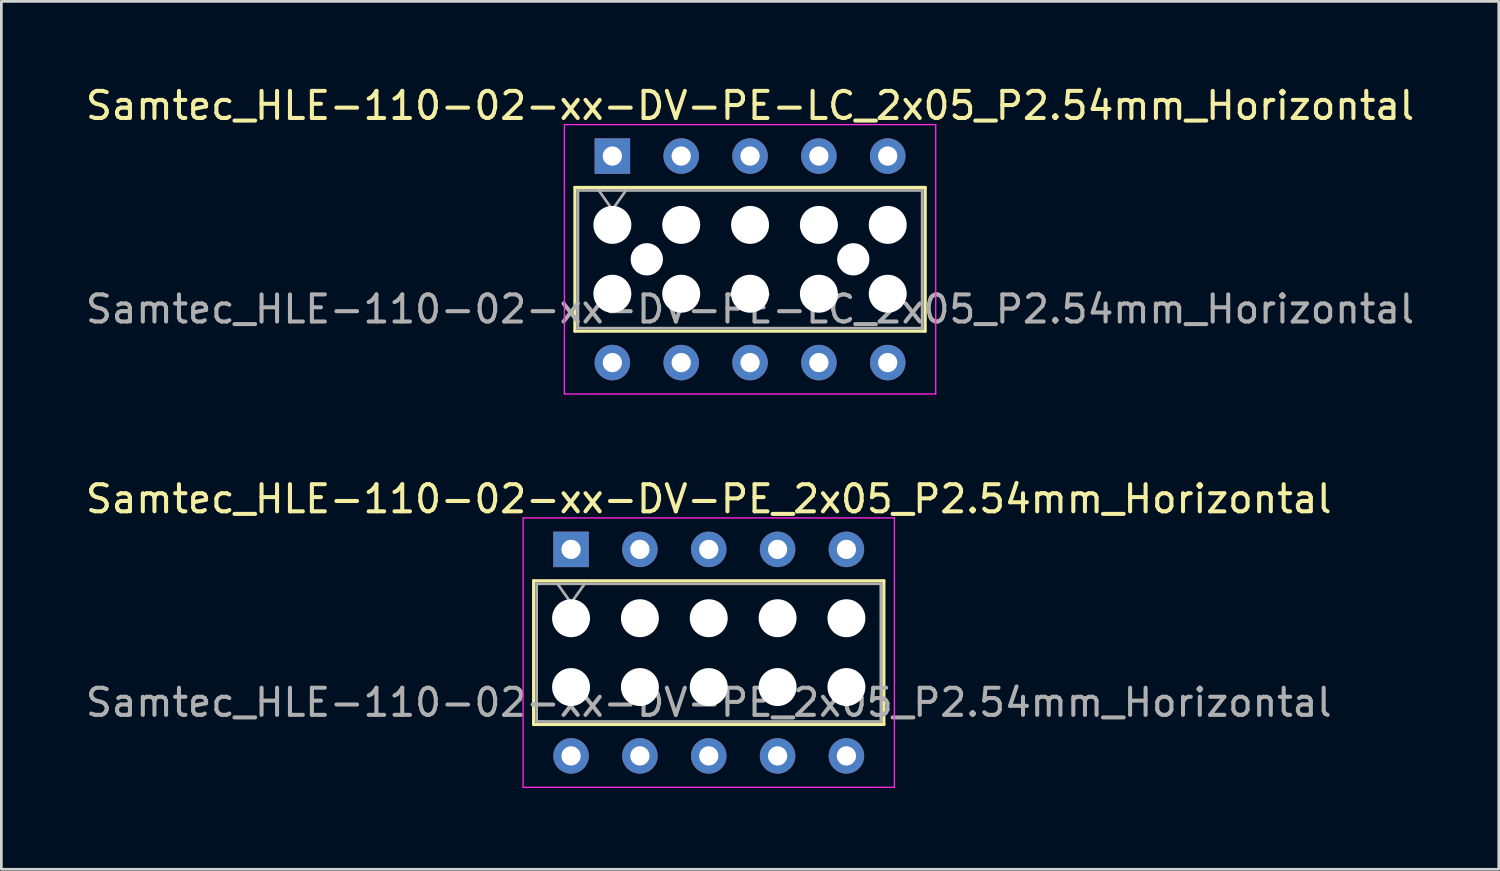
<source format=kicad_pcb>
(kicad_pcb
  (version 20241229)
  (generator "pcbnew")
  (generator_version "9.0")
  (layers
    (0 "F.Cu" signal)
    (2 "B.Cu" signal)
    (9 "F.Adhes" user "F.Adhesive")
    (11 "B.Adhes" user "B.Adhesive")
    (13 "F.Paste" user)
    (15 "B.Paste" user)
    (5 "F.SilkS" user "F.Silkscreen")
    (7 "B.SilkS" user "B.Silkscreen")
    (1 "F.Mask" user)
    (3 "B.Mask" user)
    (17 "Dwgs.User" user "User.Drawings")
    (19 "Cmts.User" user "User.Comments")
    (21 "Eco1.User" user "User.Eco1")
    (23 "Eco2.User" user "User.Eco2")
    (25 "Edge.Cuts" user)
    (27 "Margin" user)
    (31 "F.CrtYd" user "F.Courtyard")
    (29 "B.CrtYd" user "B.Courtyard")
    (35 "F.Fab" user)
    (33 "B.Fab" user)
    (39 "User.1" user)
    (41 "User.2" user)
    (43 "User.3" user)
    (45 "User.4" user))
  (footprint "Samtec_HLE-110-02-xx-DV-PE_2x05_P2.54mm_Horizontal"
    (layer "F.Cu")
    (at 18.021 17.221)
    (property "Reference" "Samtec_HLE-110-02-xx-DV-PE_2x05_P2.54mm_Horizontal" (at 5.08 -1.86 0) (layer "F.SilkS") (effects (font (size 1 1) (thickness 0.15))))
    (attr through_hole)
    (fp_line (start -1.38 1.16) (end 11.54 1.16) (stroke (width 0.12) (type solid)) (layer "F.SilkS"))
    (fp_line (start -1.38 6.46) (end -1.38 1.16) (stroke (width 0.12) (type solid)) (layer "F.SilkS"))
    (fp_line (start 11.54 1.16) (end 11.54 6.46) (stroke (width 0.12) (type solid)) (layer "F.SilkS"))
    (fp_line (start 11.54 6.46) (end -1.38 6.46) (stroke (width 0.12) (type solid)) (layer "F.SilkS"))
    (fp_line (start -1.77 -1.16) (end 11.93 -1.16) (stroke (width 0.05) (type solid)) (layer "F.CrtYd"))
    (fp_line (start -1.77 8.78) (end -1.77 -1.16) (stroke (width 0.05) (type solid)) (layer "F.CrtYd"))
    (fp_line (start 11.93 -1.16) (end 11.93 8.78) (stroke (width 0.05) (type solid)) (layer "F.CrtYd"))
    (fp_line (start 11.93 8.78) (end -1.77 8.78) (stroke (width 0.05) (type solid)) (layer "F.CrtYd"))
    (fp_line (start -1.27 1.27) (end 11.43 1.27) (stroke (width 0.1) (type solid)) (layer "F.Fab"))
    (fp_line (start -1.27 6.35) (end -1.27 1.27) (stroke (width 0.1) (type solid)) (layer "F.Fab"))
    (fp_line (start -0.5 1.27) (end 0 1.977) (stroke (width 0.1) (type solid)) (layer "F.Fab"))
    (fp_line (start 0 1.977) (end 0.5 1.27) (stroke (width 0.1) (type solid)) (layer "F.Fab"))
    (fp_line (start 11.43 1.27) (end 11.43 6.35) (stroke (width 0.1) (type solid)) (layer "F.Fab"))
    (fp_line (start 11.43 6.35) (end -1.27 6.35) (stroke (width 0.1) (type solid)) (layer "F.Fab"))
    (fp_text user "${REFERENCE}" (at 5.08 5.65 0) (layer "F.Fab") (effects (font (size 1 1) (thickness 0.15))))
    (pad "" np_thru_hole circle (at 0 2.54) (size 1.4 1.4) (drill 1.4) (layers "*.Cu" "*.Mask"))
    (pad "" np_thru_hole circle (at 0 5.08) (size 1.4 1.4) (drill 1.4) (layers "*.Cu" "*.Mask"))
    (pad "" np_thru_hole circle (at 2.54 2.54) (size 1.4 1.4) (drill 1.4) (layers "*.Cu" "*.Mask"))
    (pad "" np_thru_hole circle (at 2.54 5.08) (size 1.4 1.4) (drill 1.4) (layers "*.Cu" "*.Mask"))
    (pad "" np_thru_hole circle (at 5.08 2.54) (size 1.4 1.4) (drill 1.4) (layers "*.Cu" "*.Mask"))
    (pad "" np_thru_hole circle (at 5.08 5.08) (size 1.4 1.4) (drill 1.4) (layers "*.Cu" "*.Mask"))
    (pad "" np_thru_hole circle (at 7.62 2.54) (size 1.4 1.4) (drill 1.4) (layers "*.Cu" "*.Mask"))
    (pad "" np_thru_hole circle (at 7.62 5.08) (size 1.4 1.4) (drill 1.4) (layers "*.Cu" "*.Mask"))
    (pad "" np_thru_hole circle (at 10.16 2.54) (size 1.4 1.4) (drill 1.4) (layers "*.Cu" "*.Mask"))
    (pad "" np_thru_hole circle (at 10.16 5.08) (size 1.4 1.4) (drill 1.4) (layers "*.Cu" "*.Mask"))
    (pad "1" thru_hole rect (at 0 0) (size 1.31 1.31) (drill 0.71) (layers "*.Cu" "*.Mask"))
    (pad "2" thru_hole circle (at 0 7.62) (size 1.31 1.31) (drill 0.71) (layers "*.Cu" "*.Mask"))
    (pad "3" thru_hole circle (at 2.54 0) (size 1.31 1.31) (drill 0.71) (layers "*.Cu" "*.Mask"))
    (pad "4" thru_hole circle (at 2.54 7.62) (size 1.31 1.31) (drill 0.71) (layers "*.Cu" "*.Mask"))
    (pad "5" thru_hole circle (at 5.08 0) (size 1.31 1.31) (drill 0.71) (layers "*.Cu" "*.Mask"))
    (pad "6" thru_hole circle (at 5.08 7.62) (size 1.31 1.31) (drill 0.71) (layers "*.Cu" "*.Mask"))
    (pad "7" thru_hole circle (at 7.62 0) (size 1.31 1.31) (drill 0.71) (layers "*.Cu" "*.Mask"))
    (pad "8" thru_hole circle (at 7.62 7.62) (size 1.31 1.31) (drill 0.71) (layers "*.Cu" "*.Mask"))
    (pad "9" thru_hole circle (at 10.16 0) (size 1.31 1.31) (drill 0.71) (layers "*.Cu" "*.Mask"))
    (pad "10" thru_hole circle (at 10.16 7.62) (size 1.31 1.31) (drill 0.71) (layers "*.Cu" "*.Mask")))
  (footprint "Samtec_HLE-110-02-xx-DV-PE-LC_2x05_P2.54mm_Horizontal"
    (layer "F.Cu")
    (at 19.545 2.708)
    (property "Reference" "Samtec_HLE-110-02-xx-DV-PE-LC_2x05_P2.54mm_Horizontal" (at 5.08 -1.86 0) (layer "F.SilkS") (effects (font (size 1 1) (thickness 0.15))))
    (attr through_hole)
    (fp_line (start -1.38 1.16) (end 11.54 1.16) (stroke (width 0.12) (type solid)) (layer "F.SilkS"))
    (fp_line (start -1.38 6.46) (end -1.38 1.16) (stroke (width 0.12) (type solid)) (layer "F.SilkS"))
    (fp_line (start 11.54 1.16) (end 11.54 6.46) (stroke (width 0.12) (type solid)) (layer "F.SilkS"))
    (fp_line (start 11.54 6.46) (end -1.38 6.46) (stroke (width 0.12) (type solid)) (layer "F.SilkS"))
    (fp_line (start -1.77 -1.16) (end 11.93 -1.16) (stroke (width 0.05) (type solid)) (layer "F.CrtYd"))
    (fp_line (start -1.77 8.78) (end -1.77 -1.16) (stroke (width 0.05) (type solid)) (layer "F.CrtYd"))
    (fp_line (start 11.93 -1.16) (end 11.93 8.78) (stroke (width 0.05) (type solid)) (layer "F.CrtYd"))
    (fp_line (start 11.93 8.78) (end -1.77 8.78) (stroke (width 0.05) (type solid)) (layer "F.CrtYd"))
    (fp_line (start -1.27 1.27) (end 11.43 1.27) (stroke (width 0.1) (type solid)) (layer "F.Fab"))
    (fp_line (start -1.27 6.35) (end -1.27 1.27) (stroke (width 0.1) (type solid)) (layer "F.Fab"))
    (fp_line (start -0.5 1.27) (end 0 1.977) (stroke (width 0.1) (type solid)) (layer "F.Fab"))
    (fp_line (start 0 1.977) (end 0.5 1.27) (stroke (width 0.1) (type solid)) (layer "F.Fab"))
    (fp_line (start 11.43 1.27) (end 11.43 6.35) (stroke (width 0.1) (type solid)) (layer "F.Fab"))
    (fp_line (start 11.43 6.35) (end -1.27 6.35) (stroke (width 0.1) (type solid)) (layer "F.Fab"))
    (fp_text user "${REFERENCE}" (at 5.08 5.65 0) (layer "F.Fab") (effects (font (size 1 1) (thickness 0.15))))
    (pad "" np_thru_hole circle (at 0 2.54) (size 1.4 1.4) (drill 1.4) (layers "*.Cu" "*.Mask"))
    (pad "" np_thru_hole circle (at 0 5.08) (size 1.4 1.4) (drill 1.4) (layers "*.Cu" "*.Mask"))
    (pad "" np_thru_hole circle (at 1.27 3.81) (size 1.19 1.19) (drill 1.19) (layers "*.Cu" "*.Mask"))
    (pad "" np_thru_hole circle (at 2.54 2.54) (size 1.4 1.4) (drill 1.4) (layers "*.Cu" "*.Mask"))
    (pad "" np_thru_hole circle (at 2.54 5.08) (size 1.4 1.4) (drill 1.4) (layers "*.Cu" "*.Mask"))
    (pad "" np_thru_hole circle (at 5.08 2.54) (size 1.4 1.4) (drill 1.4) (layers "*.Cu" "*.Mask"))
    (pad "" np_thru_hole circle (at 5.08 5.08) (size 1.4 1.4) (drill 1.4) (layers "*.Cu" "*.Mask"))
    (pad "" np_thru_hole circle (at 7.62 2.54) (size 1.4 1.4) (drill 1.4) (layers "*.Cu" "*.Mask"))
    (pad "" np_thru_hole circle (at 7.62 5.08) (size 1.4 1.4) (drill 1.4) (layers "*.Cu" "*.Mask"))
    (pad "" np_thru_hole circle (at 8.89 3.81) (size 1.19 1.19) (drill 1.19) (layers "*.Cu" "*.Mask"))
    (pad "" np_thru_hole circle (at 10.16 2.54) (size 1.4 1.4) (drill 1.4) (layers "*.Cu" "*.Mask"))
    (pad "" np_thru_hole circle (at 10.16 5.08) (size 1.4 1.4) (drill 1.4) (layers "*.Cu" "*.Mask"))
    (pad "1" thru_hole rect (at 0 0) (size 1.31 1.31) (drill 0.71) (layers "*.Cu" "*.Mask"))
    (pad "2" thru_hole circle (at 0 7.62) (size 1.31 1.31) (drill 0.71) (layers "*.Cu" "*.Mask"))
    (pad "3" thru_hole circle (at 2.54 0) (size 1.31 1.31) (drill 0.71) (layers "*.Cu" "*.Mask"))
    (pad "4" thru_hole circle (at 2.54 7.62) (size 1.31 1.31) (drill 0.71) (layers "*.Cu" "*.Mask"))
    (pad "5" thru_hole circle (at 5.08 0) (size 1.31 1.31) (drill 0.71) (layers "*.Cu" "*.Mask"))
    (pad "6" thru_hole circle (at 5.08 7.62) (size 1.31 1.31) (drill 0.71) (layers "*.Cu" "*.Mask"))
    (pad "7" thru_hole circle (at 7.62 0) (size 1.31 1.31) (drill 0.71) (layers "*.Cu" "*.Mask"))
    (pad "8" thru_hole circle (at 7.62 7.62) (size 1.31 1.31) (drill 0.71) (layers "*.Cu" "*.Mask"))
    (pad "9" thru_hole circle (at 10.16 0) (size 1.31 1.31) (drill 0.71) (layers "*.Cu" "*.Mask"))
    (pad "10" thru_hole circle (at 10.16 7.62) (size 1.31 1.31) (drill 0.71) (layers "*.Cu" "*.Mask")))
  (gr_rect
    (start -3 -3)
    (end 52.25 29.026)
    (stroke (width 0.1) (type default))
    (fill no)
    (layer "Edge.Cuts")))
</source>
